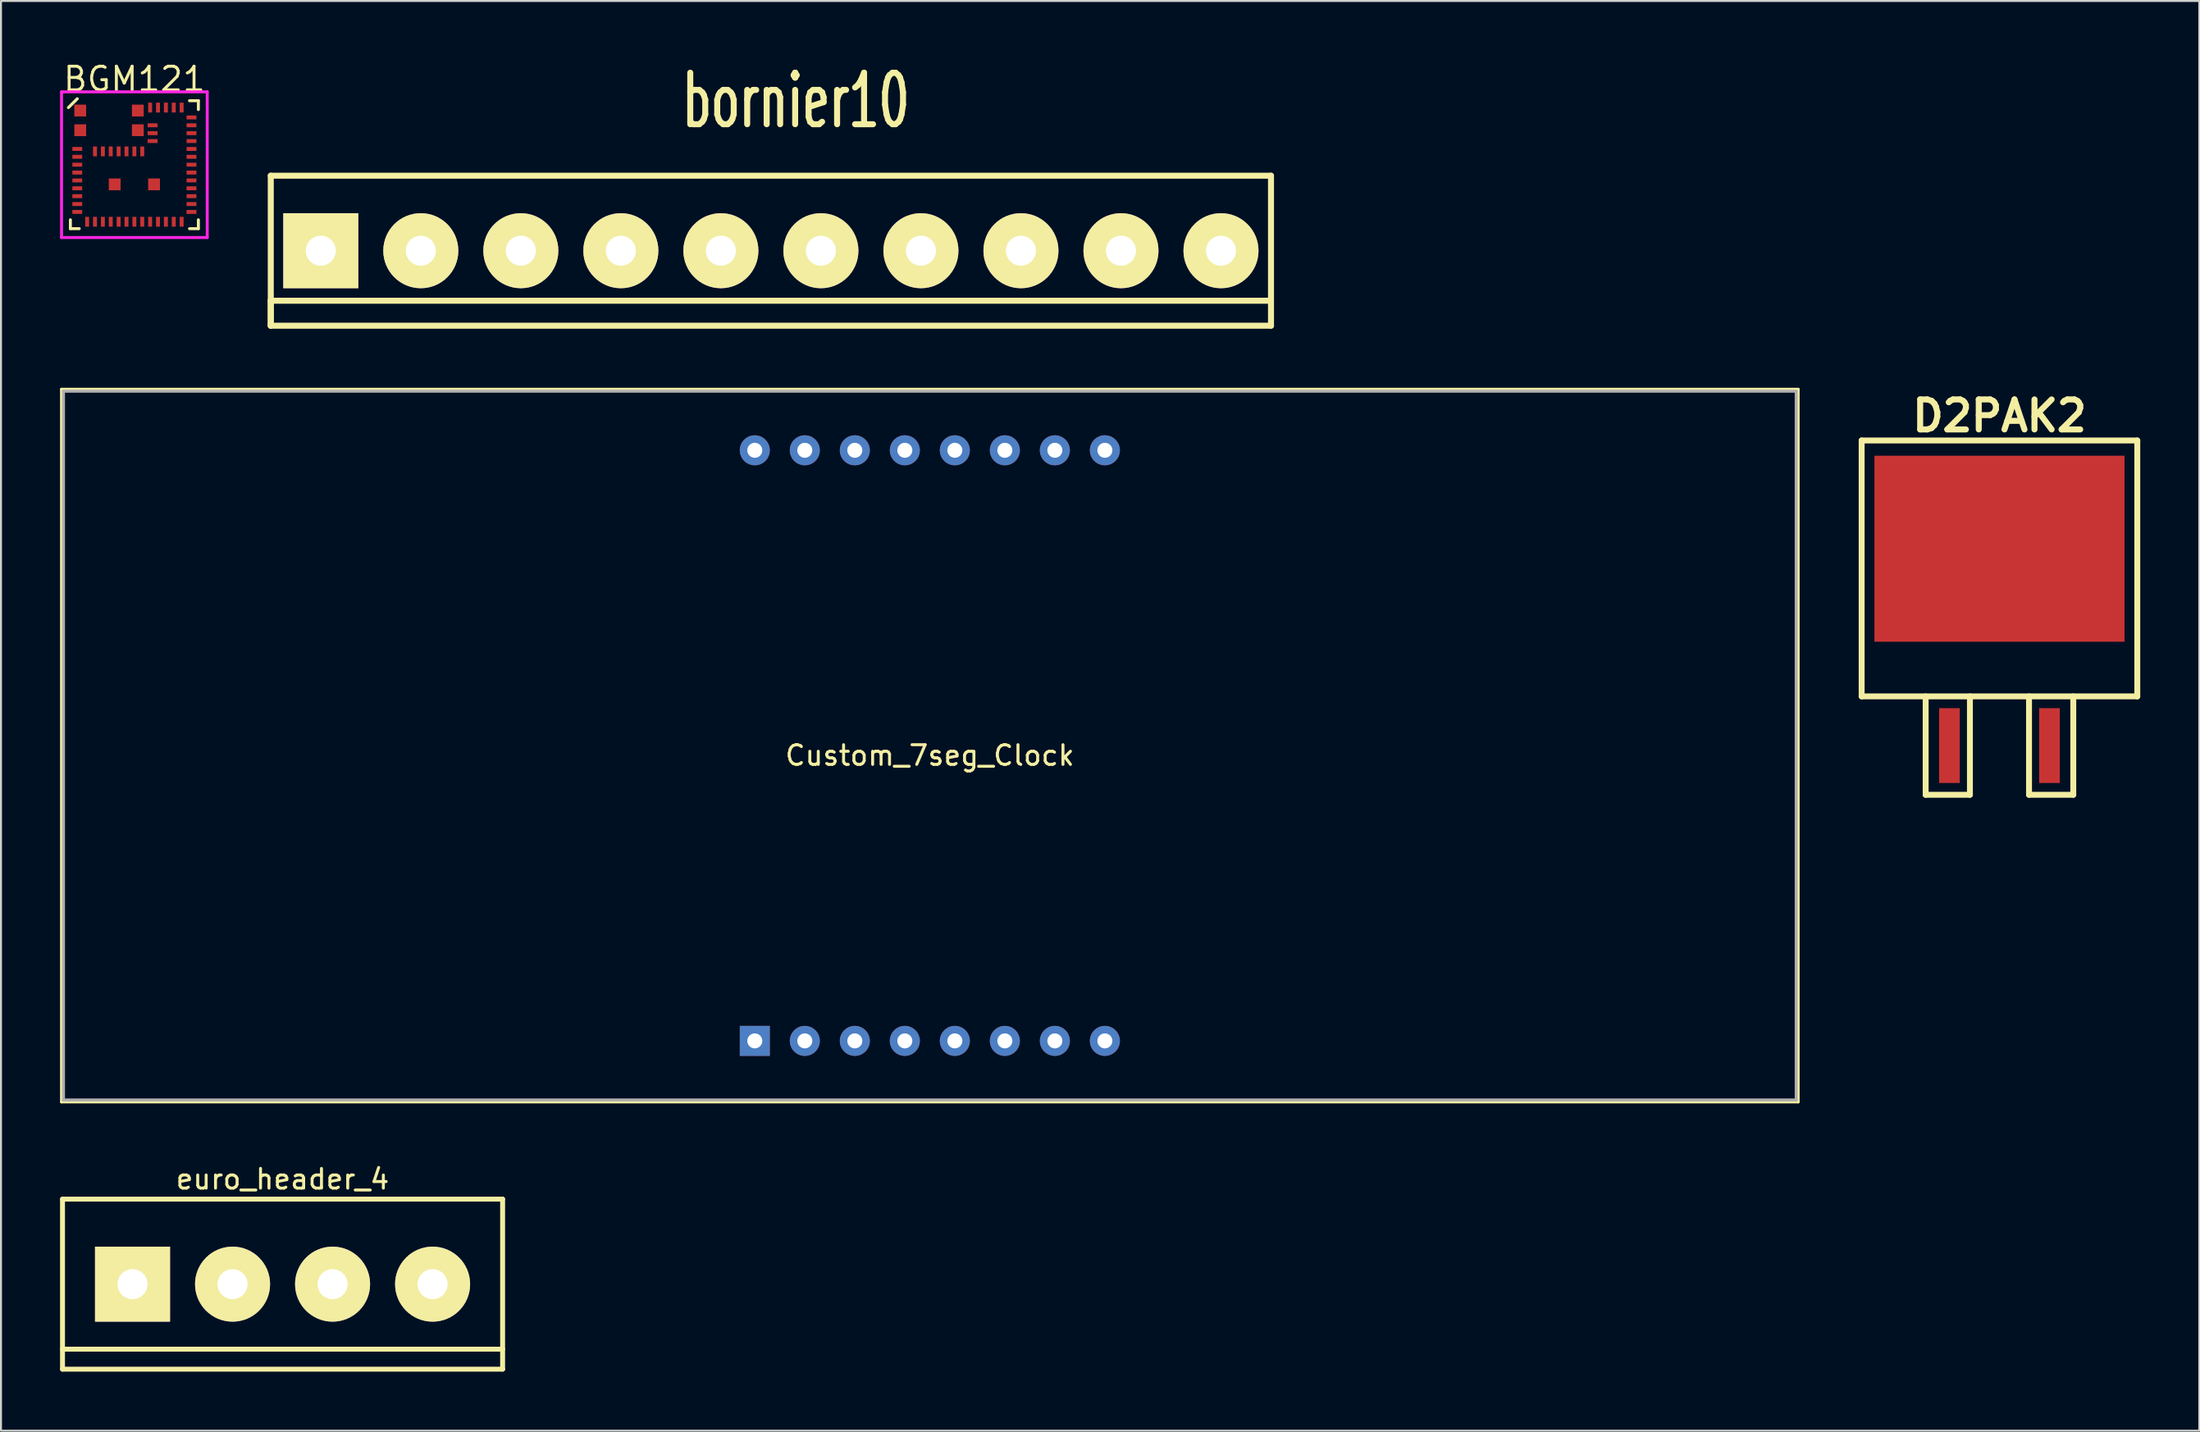
<source format=kicad_pcb>
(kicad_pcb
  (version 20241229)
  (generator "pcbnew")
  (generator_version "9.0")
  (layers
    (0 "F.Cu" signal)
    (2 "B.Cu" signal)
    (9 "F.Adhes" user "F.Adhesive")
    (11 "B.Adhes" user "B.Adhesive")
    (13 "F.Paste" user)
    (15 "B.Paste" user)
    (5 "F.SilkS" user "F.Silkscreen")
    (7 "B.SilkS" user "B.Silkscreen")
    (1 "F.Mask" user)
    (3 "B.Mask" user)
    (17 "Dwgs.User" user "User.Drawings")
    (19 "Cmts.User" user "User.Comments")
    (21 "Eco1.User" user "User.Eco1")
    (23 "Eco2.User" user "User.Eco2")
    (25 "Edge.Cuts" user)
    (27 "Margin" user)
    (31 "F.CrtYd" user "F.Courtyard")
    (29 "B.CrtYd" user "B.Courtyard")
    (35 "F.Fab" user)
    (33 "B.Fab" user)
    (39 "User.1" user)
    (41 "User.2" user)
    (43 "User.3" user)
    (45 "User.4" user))
  (footprint "BGM121"
    (layer "F.Cu")
    (at 3.775 5.315)
    (property "Reference" "BGM121" (at 0 -4.35 0) (layer "F.SilkS") (effects (font (size 1.2 1.2) (thickness 0.15))))
    (attr through_hole)
    (fp_line (start -3.35 -2.9) (end -2.9 -3.35) (stroke (width 0.15) (type solid)) (layer "F.SilkS"))
    (fp_line (start -3.25 3.25) (end -3.25 2.8) (stroke (width 0.15) (type solid)) (layer "F.SilkS"))
    (fp_line (start -2.8 3.25) (end -3.25 3.25) (stroke (width 0.15) (type solid)) (layer "F.SilkS"))
    (fp_line (start 2.8 -3.25) (end 3.25 -3.25) (stroke (width 0.15) (type solid)) (layer "F.SilkS"))
    (fp_line (start 2.8 3.25) (end 3.25 3.25) (stroke (width 0.15) (type solid)) (layer "F.SilkS"))
    (fp_line (start 3.25 -3.25) (end 3.25 -2.8) (stroke (width 0.15) (type solid)) (layer "F.SilkS"))
    (fp_line (start 3.25 3.25) (end 3.25 2.8) (stroke (width 0.15) (type solid)) (layer "F.SilkS"))
    (fp_line (start -3.7 -3.7) (end 3.7 -3.7) (stroke (width 0.15) (type solid)) (layer "F.CrtYd"))
    (fp_line (start -3.7 3.7) (end -3.7 -3.7) (stroke (width 0.15) (type solid)) (layer "F.CrtYd"))
    (fp_line (start 3.7 -3.7) (end 3.7 3.7) (stroke (width 0.15) (type solid)) (layer "F.CrtYd"))
    (fp_line (start 3.7 3.7) (end -3.7 3.7) (stroke (width 0.15) (type solid)) (layer "F.CrtYd"))
    (pad "1" smd rect (at -2.9 -0.8 90) (size 0.2 0.5) (layers "F.Cu" "F.Mask" "F.Paste"))
    (pad "2" smd rect (at -2.9 -0.4 90) (size 0.2 0.5) (layers "F.Cu" "F.Mask" "F.Paste"))
    (pad "3" smd rect (at -2.9 0 90) (size 0.2 0.5) (layers "F.Cu" "F.Mask" "F.Paste"))
    (pad "4" smd rect (at -2.9 0.4 90) (size 0.2 0.5) (layers "F.Cu" "F.Mask" "F.Paste"))
    (pad "5" smd rect (at -2.9 0.8 90) (size 0.2 0.5) (layers "F.Cu" "F.Mask" "F.Paste"))
    (pad "6" smd rect (at -2.9 1.2 90) (size 0.2 0.5) (layers "F.Cu" "F.Mask" "F.Paste"))
    (pad "7" smd rect (at -2.9 1.6 90) (size 0.2 0.5) (layers "F.Cu" "F.Mask" "F.Paste"))
    (pad "8" smd rect (at -2.9 2 90) (size 0.2 0.5) (layers "F.Cu" "F.Mask" "F.Paste"))
    (pad "9" smd rect (at -2.9 2.4 90) (size 0.2 0.5) (layers "F.Cu" "F.Mask" "F.Paste"))
    (pad "10" smd rect (at -2.4 2.9) (size 0.2 0.5) (layers "F.Cu" "F.Mask" "F.Paste"))
    (pad "11" smd rect (at -2 2.9) (size 0.2 0.5) (layers "F.Cu" "F.Mask" "F.Paste"))
    (pad "12" smd rect (at -1.6 2.9) (size 0.2 0.5) (layers "F.Cu" "F.Mask" "F.Paste"))
    (pad "13" smd rect (at -1.2 2.9) (size 0.2 0.5) (layers "F.Cu" "F.Mask" "F.Paste"))
    (pad "14" smd rect (at -0.8 2.9) (size 0.2 0.5) (layers "F.Cu" "F.Mask" "F.Paste"))
    (pad "15" smd rect (at -0.4 2.9) (size 0.2 0.5) (layers "F.Cu" "F.Mask" "F.Paste"))
    (pad "16" smd rect (at 0 2.9) (size 0.2 0.5) (layers "F.Cu" "F.Mask" "F.Paste"))
    (pad "17" smd rect (at 0.4 2.9) (size 0.2 0.5) (layers "F.Cu" "F.Mask" "F.Paste"))
    (pad "18" smd rect (at 0.8 2.9) (size 0.2 0.5) (layers "F.Cu" "F.Mask" "F.Paste"))
    (pad "19" smd rect (at 1.2 2.9) (size 0.2 0.5) (layers "F.Cu" "F.Mask" "F.Paste"))
    (pad "20" smd rect (at 1.6 2.9) (size 0.2 0.5) (layers "F.Cu" "F.Mask" "F.Paste"))
    (pad "21" smd rect (at 2 2.9) (size 0.2 0.5) (layers "F.Cu" "F.Mask" "F.Paste"))
    (pad "22" smd rect (at 2.4 2.9) (size 0.2 0.5) (layers "F.Cu" "F.Mask" "F.Paste"))
    (pad "23" smd rect (at 2.9 2.4 90) (size 0.2 0.5) (layers "F.Cu" "F.Mask" "F.Paste"))
    (pad "24" smd rect (at 2.9 2 90) (size 0.2 0.5) (layers "F.Cu" "F.Mask" "F.Paste"))
    (pad "25" smd rect (at 2.9 1.6 90) (size 0.2 0.5) (layers "F.Cu" "F.Mask" "F.Paste"))
    (pad "26" smd rect (at 2.9 1.2 90) (size 0.2 0.5) (layers "F.Cu" "F.Mask" "F.Paste"))
    (pad "27" smd rect (at 2.9 0.8 90) (size 0.2 0.5) (layers "F.Cu" "F.Mask" "F.Paste"))
    (pad "28" smd rect (at 2.9 0.4 90) (size 0.2 0.5) (layers "F.Cu" "F.Mask" "F.Paste"))
    (pad "29" smd rect (at 2.9 0 90) (size 0.2 0.5) (layers "F.Cu" "F.Mask" "F.Paste"))
    (pad "30" smd rect (at 2.9 -0.4 90) (size 0.2 0.5) (layers "F.Cu" "F.Mask" "F.Paste"))
    (pad "31" smd rect (at 2.9 -0.8 90) (size 0.2 0.5) (layers "F.Cu" "F.Mask" "F.Paste"))
    (pad "32" smd rect (at 2.9 -1.2 90) (size 0.2 0.5) (layers "F.Cu" "F.Mask" "F.Paste"))
    (pad "33" smd rect (at 2.9 -1.6 90) (size 0.2 0.5) (layers "F.Cu" "F.Mask" "F.Paste"))
    (pad "34" smd rect (at 2.9 -2 90) (size 0.2 0.5) (layers "F.Cu" "F.Mask" "F.Paste"))
    (pad "35" smd rect (at 2.9 -2.4 90) (size 0.2 0.5) (layers "F.Cu" "F.Mask" "F.Paste"))
    (pad "36" smd rect (at 2.4 -2.9) (size 0.2 0.5) (layers "F.Cu" "F.Mask" "F.Paste"))
    (pad "37" smd rect (at 2 -2.9) (size 0.2 0.5) (layers "F.Cu" "F.Mask" "F.Paste"))
    (pad "38" smd rect (at 1.6 -2.9) (size 0.2 0.5) (layers "F.Cu" "F.Mask" "F.Paste"))
    (pad "39" smd rect (at 1.2 -2.9) (size 0.2 0.5) (layers "F.Cu" "F.Mask" "F.Paste"))
    (pad "40" smd rect (at 0.8 -2.9) (size 0.2 0.5) (layers "F.Cu" "F.Mask" "F.Paste"))
    (pad "41" smd rect (at 0.925 -2 90) (size 0.2 0.5) (layers "F.Cu" "F.Mask" "F.Paste"))
    (pad "42" smd rect (at 0.925 -1.6 90) (size 0.2 0.5) (layers "F.Cu" "F.Mask" "F.Paste"))
    (pad "43" smd rect (at 0.925 -1.2 90) (size 0.2 0.5) (layers "F.Cu" "F.Mask" "F.Paste"))
    (pad "44" smd rect (at 0.4 -0.675) (size 0.2 0.5) (layers "F.Cu" "F.Mask" "F.Paste"))
    (pad "45" smd rect (at 0 -0.675) (size 0.2 0.5) (layers "F.Cu" "F.Mask" "F.Paste"))
    (pad "46" smd rect (at -0.4 -0.675) (size 0.2 0.5) (layers "F.Cu" "F.Mask" "F.Paste"))
    (pad "47" smd rect (at -0.8 -0.675) (size 0.2 0.5) (layers "F.Cu" "F.Mask" "F.Paste"))
    (pad "48" smd rect (at -1.2 -0.675) (size 0.2 0.5) (layers "F.Cu" "F.Mask" "F.Paste"))
    (pad "49" smd rect (at -1.6 -0.675) (size 0.2 0.5) (layers "F.Cu" "F.Mask" "F.Paste"))
    (pad "50" smd rect (at -2 -0.675) (size 0.2 0.5) (layers "F.Cu" "F.Mask" "F.Paste"))
    (pad "51" smd rect (at -1 1 90) (size 0.6 0.6) (layers "F.Cu" "F.Mask" "F.Paste"))
    (pad "52" smd rect (at 1 1 90) (size 0.6 0.6) (layers "F.Cu" "F.Mask" "F.Paste"))
    (pad "53" smd rect (at -2.75 -2.75 90) (size 0.6 0.6) (layers "F.Cu" "F.Mask" "F.Paste"))
    (pad "54" smd rect (at -2.75 -1.75 90) (size 0.6 0.6) (layers "F.Cu" "F.Mask" "F.Paste"))
    (pad "55" smd rect (at 0.175 -1.75 90) (size 0.6 0.6) (layers "F.Cu" "F.Mask" "F.Paste"))
    (pad "56" smd rect (at 0.175 -2.75 90) (size 0.6 0.6) (layers "F.Cu" "F.Mask" "F.Paste")))
  (footprint "euro_header_4"
    (layer "F.Cu")
    (at 11.301 62.18)
    (property "Reference" "euro_header_4" (at 0 -5.334 0) (layer "F.SilkS") (effects (font (size 1 1) (thickness 0.15))))
    (attr through_hole)
    (fp_line (start -11.176 -4.318) (end -11.176 4.318) (stroke (width 0.25) (type solid)) (layer "F.SilkS"))
    (fp_line (start -11.176 3.302) (end 11.176 3.302) (stroke (width 0.25) (type solid)) (layer "F.SilkS"))
    (fp_line (start -11.176 4.318) (end 11.176 4.318) (stroke (width 0.25) (type solid)) (layer "F.SilkS"))
    (fp_line (start 11.176 -4.318) (end -11.176 -4.318) (stroke (width 0.25) (type solid)) (layer "F.SilkS"))
    (fp_line (start 11.176 4.318) (end 11.176 -4.318) (stroke (width 0.25) (type solid)) (layer "F.SilkS"))
    (pad "1" thru_hole rect (at -7.62 0) (size 3.81 3.81) (drill 1.524) (layers "*.Cu" "*.Mask" "F.SilkS"))
    (pad "2" thru_hole circle (at -2.54 0) (size 3.81 3.81) (drill 1.524) (layers "*.Cu" "*.Mask" "F.SilkS"))
    (pad "3" thru_hole circle (at 2.54 0) (size 3.81 3.81) (drill 1.524) (layers "*.Cu" "*.Mask" "F.SilkS"))
    (pad "4" thru_hole circle (at 7.62 0) (size 3.81 3.81) (drill 1.524) (layers "*.Cu" "*.Mask" "F.SilkS")))
  (footprint "bornier10"
    (layer "F.Cu")
    (at 36.102 9.685)
    (property "Reference" "bornier10" (at 1.27 -7.62 0) (layer "F.SilkS") (effects (font (size 2.616 1.598) (thickness 0.305))))
    (attr through_hole)
    (fp_line (start -25.4 -3.81) (end -25.4 3.81) (stroke (width 0.305) (type solid)) (layer "F.SilkS"))
    (fp_line (start -25.4 2.54) (end -25.4 3.81) (stroke (width 0.305) (type solid)) (layer "F.SilkS"))
    (fp_line (start -25.4 3.81) (end 25.4 3.81) (stroke (width 0.305) (type solid)) (layer "F.SilkS"))
    (fp_line (start 25.4 -3.81) (end -25.4 -3.81) (stroke (width 0.305) (type solid)) (layer "F.SilkS"))
    (fp_line (start 25.4 2.54) (end -25.4 2.54) (stroke (width 0.305) (type solid)) (layer "F.SilkS"))
    (fp_line (start 25.4 3.81) (end 25.4 -3.81) (stroke (width 0.305) (type solid)) (layer "F.SilkS"))
    (pad "1" thru_hole rect (at -22.86 0) (size 3.81 3.81) (drill 1.524) (layers "*.Cu" "*.Mask" "F.SilkS"))
    (pad "2" thru_hole circle (at -17.78 0) (size 3.81 3.81) (drill 1.524) (layers "*.Cu" "*.Mask" "F.SilkS"))
    (pad "3" thru_hole circle (at -12.7 0) (size 3.81 3.81) (drill 1.524) (layers "*.Cu" "*.Mask" "F.SilkS"))
    (pad "4" thru_hole circle (at -7.62 0) (size 3.81 3.81) (drill 1.524) (layers "*.Cu" "*.Mask" "F.SilkS"))
    (pad "5" thru_hole circle (at -2.54 0) (size 3.81 3.81) (drill 1.524) (layers "*.Cu" "*.Mask" "F.SilkS"))
    (pad "6" thru_hole circle (at 2.54 0) (size 3.81 3.81) (drill 1.524) (layers "*.Cu" "*.Mask" "F.SilkS"))
    (pad "7" thru_hole circle (at 7.62 0) (size 3.81 3.81) (drill 1.524) (layers "*.Cu" "*.Mask" "F.SilkS"))
    (pad "8" thru_hole circle (at 12.7 0) (size 3.81 3.81) (drill 1.524) (layers "*.Cu" "*.Mask" "F.SilkS"))
    (pad "9" thru_hole circle (at 17.78 0) (size 3.81 3.81) (drill 1.524) (layers "*.Cu" "*.Mask" "F.SilkS"))
    (pad "10" thru_hole circle (at 22.86 0) (size 3.81 3.81) (drill 1.524) (layers "*.Cu" "*.Mask" "F.SilkS")))
  (footprint "Custom_7seg_Clock"
    (layer "F.Cu")
    (at 44.175 34.823)
    (property "Reference" "Custom_7seg_Clock" (at 0 0.5 0) (layer "F.SilkS") (effects (font (size 1 1) (thickness 0.15))))
    (attr through_hole)
    (fp_line (start -44.1 -18.1) (end 44.1 -18.1) (stroke (width 0.15) (type solid)) (layer "F.SilkS"))
    (fp_line (start -44.1 18.1) (end -44.1 -18.1) (stroke (width 0.15) (type solid)) (layer "F.SilkS"))
    (fp_line (start 44.1 -18.1) (end 44.1 18.1) (stroke (width 0.15) (type solid)) (layer "F.SilkS"))
    (fp_line (start 44.1 18.1) (end -44.1 18.1) (stroke (width 0.15) (type solid)) (layer "F.SilkS"))
    (fp_line (start -44 -18) (end -44 18) (stroke (width 0.15) (type solid)) (layer "F.Fab"))
    (fp_line (start -44 18) (end 44 18) (stroke (width 0.15) (type solid)) (layer "F.Fab"))
    (fp_line (start 44 -18) (end -44 -18) (stroke (width 0.15) (type solid)) (layer "F.Fab"))
    (fp_line (start 44 18) (end 44 -18) (stroke (width 0.15) (type solid)) (layer "F.Fab"))
    (pad "1" thru_hole rect (at -8.89 15) (size 1.524 1.524) (drill 0.762) (layers "*.Cu" "*.Mask"))
    (pad "2" thru_hole circle (at -6.35 15) (size 1.524 1.524) (drill 0.762) (layers "*.Cu" "*.Mask"))
    (pad "3" thru_hole circle (at -3.81 15) (size 1.524 1.524) (drill 0.762) (layers "*.Cu" "*.Mask"))
    (pad "4" thru_hole circle (at -1.27 15) (size 1.524 1.524) (drill 0.762) (layers "*.Cu" "*.Mask"))
    (pad "5" thru_hole circle (at 1.27 15) (size 1.524 1.524) (drill 0.762) (layers "*.Cu" "*.Mask"))
    (pad "6" thru_hole circle (at 3.81 15) (size 1.524 1.524) (drill 0.762) (layers "*.Cu" "*.Mask"))
    (pad "7" thru_hole circle (at 6.35 15) (size 1.524 1.524) (drill 0.762) (layers "*.Cu" "*.Mask"))
    (pad "8" thru_hole circle (at 8.89 15) (size 1.524 1.524) (drill 0.762) (layers "*.Cu" "*.Mask"))
    (pad "9" thru_hole circle (at -8.89 -15) (size 1.524 1.524) (drill 0.762) (layers "*.Cu" "*.Mask"))
    (pad "10" thru_hole circle (at -6.35 -15) (size 1.524 1.524) (drill 0.762) (layers "*.Cu" "*.Mask"))
    (pad "11" thru_hole circle (at -3.81 -15) (size 1.524 1.524) (drill 0.762) (layers "*.Cu" "*.Mask"))
    (pad "12" thru_hole circle (at -1.27 -15) (size 1.524 1.524) (drill 0.762) (layers "*.Cu" "*.Mask"))
    (pad "13" thru_hole circle (at 1.27 -15) (size 1.524 1.524) (drill 0.762) (layers "*.Cu" "*.Mask"))
    (pad "14" thru_hole circle (at 3.81 -15) (size 1.524 1.524) (drill 0.762) (layers "*.Cu" "*.Mask"))
    (pad "15" thru_hole circle (at 6.35 -15) (size 1.524 1.524) (drill 0.762) (layers "*.Cu" "*.Mask"))
    (pad "16" thru_hole circle (at 8.89 -15) (size 1.524 1.524) (drill 0.762) (layers "*.Cu" "*.Mask")))
  (footprint "D2PAK2"
    (layer "F.Cu")
    (at 98.5 34.823)
    (property "Reference" "D2PAK2" (at 0 -16.749 0) (layer "F.SilkS") (effects (font (size 1.524 1.524) (thickness 0.305))))
    (attr smd)
    (fp_line (start -7 -15.499) (end -7 -2.499) (stroke (width 0.3) (type solid)) (layer "F.SilkS"))
    (fp_line (start -7 -2.499) (end 7 -2.499) (stroke (width 0.3) (type solid)) (layer "F.SilkS"))
    (fp_line (start -3.749 -2.499) (end -3.749 2.499) (stroke (width 0.3) (type solid)) (layer "F.SilkS"))
    (fp_line (start -3.749 2.499) (end -1.501 2.499) (stroke (width 0.3) (type solid)) (layer "F.SilkS"))
    (fp_line (start -1.501 2.499) (end -1.501 -2.499) (stroke (width 0.3) (type solid)) (layer "F.SilkS"))
    (fp_line (start 1.501 -2.499) (end 1.501 2.499) (stroke (width 0.3) (type solid)) (layer "F.SilkS"))
    (fp_line (start 1.501 2.499) (end 3.749 2.499) (stroke (width 0.3) (type solid)) (layer "F.SilkS"))
    (fp_line (start 3.749 2.499) (end 3.749 -2.499) (stroke (width 0.3) (type solid)) (layer "F.SilkS"))
    (fp_line (start 7 -15.499) (end -7 -15.499) (stroke (width 0.3) (type solid)) (layer "F.SilkS"))
    (fp_line (start 7 -2.499) (end 7 -15.499) (stroke (width 0.3) (type solid)) (layer "F.SilkS"))
    (pad "D" smd rect (at 0 -10) (size 12.7 9.449) (layers "F.Cu" "F.Mask" "F.Paste"))
    (pad "G" smd rect (at -2.54 0) (size 1.049 3.8) (layers "F.Cu" "F.Mask" "F.Paste"))
    (pad "S" smd rect (at 2.54 0) (size 1.049 3.8) (layers "F.Cu" "F.Mask" "F.Paste")))
  (gr_rect
    (start -3 -3)
    (end 108.65 69.623)
    (stroke (width 0.1) (type default))
    (fill no)
    (layer "Edge.Cuts")))
</source>
